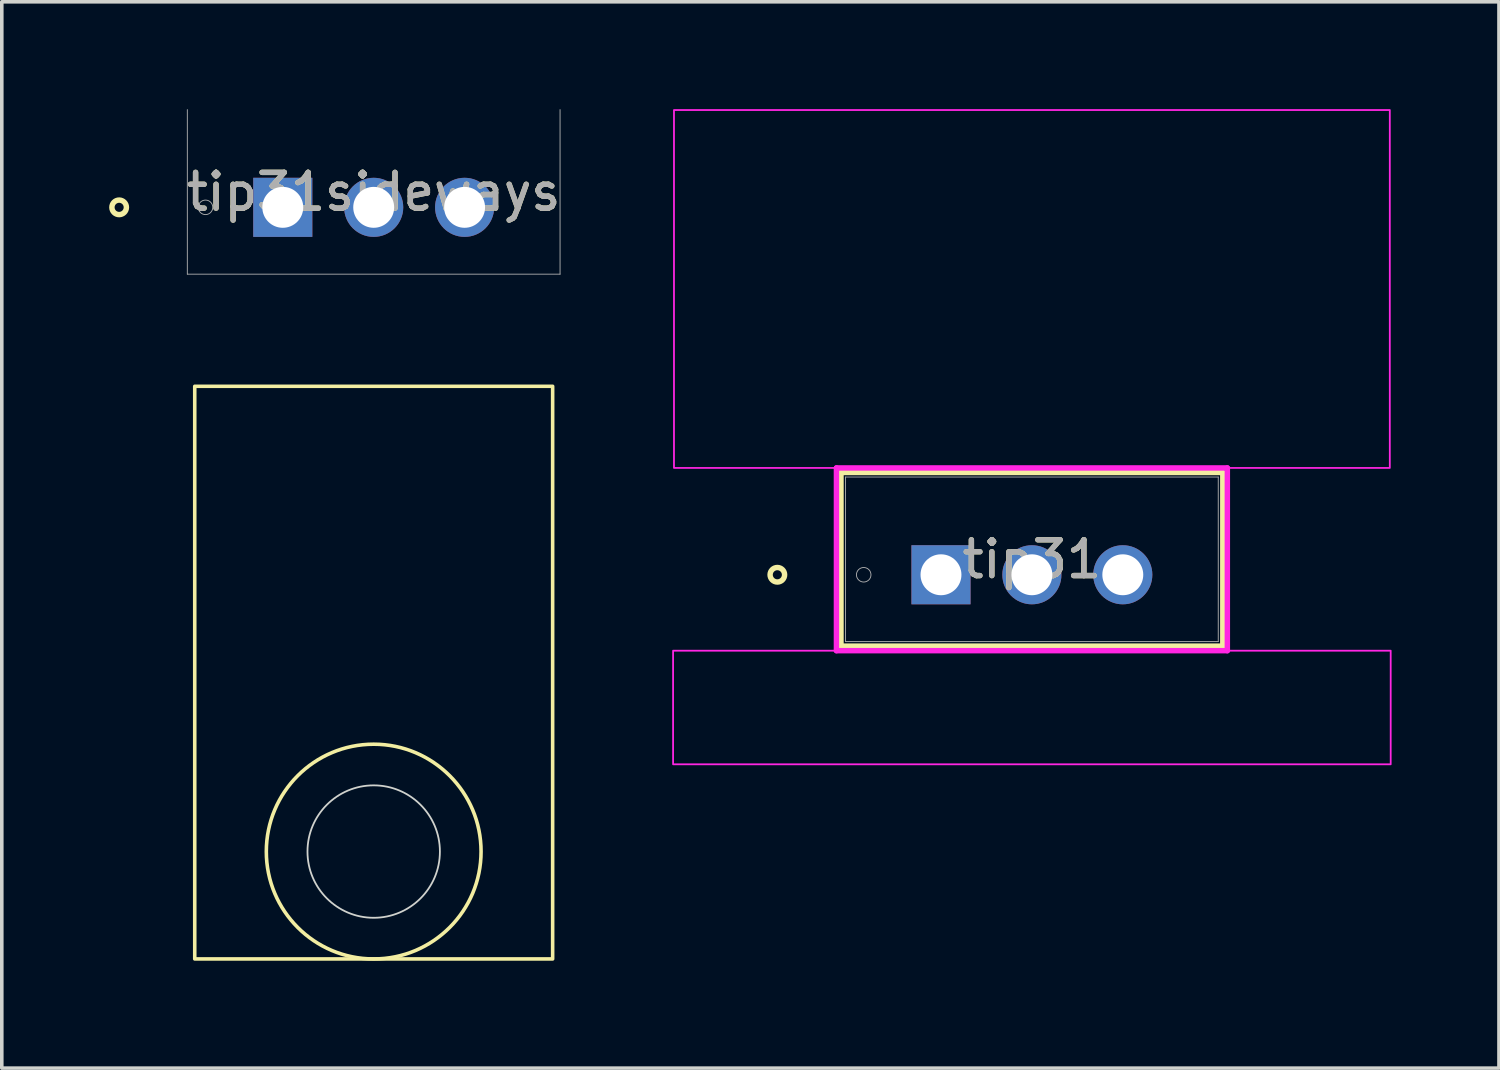
<source format=kicad_pcb>
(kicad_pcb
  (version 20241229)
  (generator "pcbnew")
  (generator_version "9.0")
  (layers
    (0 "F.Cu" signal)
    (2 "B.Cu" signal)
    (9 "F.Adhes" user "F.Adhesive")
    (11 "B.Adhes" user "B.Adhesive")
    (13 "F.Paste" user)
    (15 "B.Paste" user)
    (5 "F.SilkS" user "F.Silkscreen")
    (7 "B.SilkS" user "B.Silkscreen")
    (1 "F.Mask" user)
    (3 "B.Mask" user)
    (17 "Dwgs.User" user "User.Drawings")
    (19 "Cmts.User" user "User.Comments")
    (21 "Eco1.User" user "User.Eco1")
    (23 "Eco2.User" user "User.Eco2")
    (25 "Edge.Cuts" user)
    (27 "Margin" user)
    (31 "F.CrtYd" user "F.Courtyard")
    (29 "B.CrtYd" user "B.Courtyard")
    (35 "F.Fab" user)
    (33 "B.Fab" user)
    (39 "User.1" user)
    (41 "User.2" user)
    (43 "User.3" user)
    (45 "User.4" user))
  (footprint "tip31"
    (layer "F.Cu")
    (at 25.781 13.009)
    (property "Reference" "tip31" (at 0 -0.432 0) (unlocked yes) (layer "F.SilkS") (effects (font (size 1 1) (thickness 0.15))))
    (attr through_hole)
    (fp_line (start -5.334 -2.857) (end -5.334 1.994) (stroke (width 0.152) (type solid)) (layer "F.SilkS"))
    (fp_line (start -5.334 1.994) (end 5.334 1.994) (stroke (width 0.152) (type solid)) (layer "F.SilkS"))
    (fp_line (start 5.334 -2.857) (end -5.334 -2.857) (stroke (width 0.152) (type solid)) (layer "F.SilkS"))
    (fp_line (start 5.334 1.994) (end 5.334 -2.857) (stroke (width 0.152) (type solid)) (layer "F.SilkS"))
    (fp_circle (center -7.112 0) (end -6.909 0) (stroke (width 0.152) (type solid)) (fill no) (layer "F.SilkS"))
    (fp_line (start -5.461 -2.985) (end 5.461 -2.985) (stroke (width 0.152) (type solid)) (layer "F.CrtYd"))
    (fp_line (start -5.461 2.121) (end -5.461 -2.985) (stroke (width 0.152) (type solid)) (layer "F.CrtYd"))
    (fp_line (start 5.461 -2.985) (end 5.461 2.121) (stroke (width 0.152) (type solid)) (layer "F.CrtYd"))
    (fp_line (start 5.461 2.121) (end -5.461 2.121) (stroke (width 0.152) (type solid)) (layer "F.CrtYd"))
    (fp_rect (start -10.025 2.121) (end 10.025 5.296) (stroke (width 0.05) (type default)) (fill no) (layer "F.CrtYd"))
    (fp_rect (start -10 -12.985) (end 10 -2.985) (stroke (width 0.05) (type default)) (fill no) (layer "F.CrtYd"))
    (fp_line (start -5.207 -2.731) (end -5.207 1.867) (stroke (width 0.025) (type solid)) (layer "F.Fab"))
    (fp_line (start -5.207 1.867) (end 5.207 1.867) (stroke (width 0.025) (type solid)) (layer "F.Fab"))
    (fp_line (start -2.794 0) (end -2.286 0) (stroke (width 0.152) (type solid)) (layer "F.Fab"))
    (fp_line (start -2.54 0.254) (end -2.54 -0.254) (stroke (width 0.152) (type solid)) (layer "F.Fab"))
    (fp_line (start 5.207 -2.731) (end -5.207 -2.731) (stroke (width 0.025) (type solid)) (layer "F.Fab"))
    (fp_line (start 5.207 1.867) (end 5.207 -2.731) (stroke (width 0.025) (type solid)) (layer "F.Fab"))
    (fp_circle (center -4.699 0) (end -4.496 0) (stroke (width 0.025) (type solid)) (fill no) (layer "F.Fab"))
    (fp_text user "${REFERENCE}" (at 0 -0.432 0) (unlocked yes) (layer "F.Fab") (effects (font (size 1 1) (thickness 0.15))))
    (pad "1" thru_hole rect (at -2.54 0) (size 1.651 1.651) (drill 1.143) (layers "*.Cu" "*.Mask"))
    (pad "2" thru_hole circle (at 0 0) (size 1.651 1.651) (drill 1.143) (layers "*.Cu" "*.Mask"))
    (pad "3" thru_hole circle (at 2.54 0) (size 1.651 1.651) (drill 1.143) (layers "*.Cu" "*.Mask")))
  (footprint "tip31sideways"
    (layer "F.Cu")
    (at 7.391 2.743)
    (property "Reference" "tip31sideways" (at 0 -0.432 0) (unlocked yes) (layer "F.SilkS") (effects (font (size 1 1) (thickness 0.15))))
    (attr through_hole)
    (fp_rect (start -5 5) (end 5 21) (stroke (width 0.1) (type default)) (fill no) (layer "F.SilkS"))
    (fp_circle (center -7.112 0) (end -6.909 0) (stroke (width 0.152) (type solid)) (fill no) (layer "F.SilkS"))
    (fp_circle (center 0 18) (end 3 18) (stroke (width 0.1) (type default)) (fill no) (layer "F.SilkS"))
    (fp_circle (center 0 18) (end 1.85 18) (stroke (width 0.05) (type default)) (fill no) (layer "Edge.Cuts"))
    (fp_line (start 5 5) (end -5 5) (stroke (width 0.1) (type default)) (layer "Margin"))
    (fp_line (start -5.207 -2.731) (end -5.207 1.867) (stroke (width 0.025) (type solid)) (layer "F.Fab"))
    (fp_line (start -5.207 1.867) (end 5.207 1.867) (stroke (width 0.025) (type solid)) (layer "F.Fab"))
    (fp_line (start -2.794 0) (end -2.286 0) (stroke (width 0.152) (type solid)) (layer "F.Fab"))
    (fp_line (start -2.54 0.254) (end -2.54 -0.254) (stroke (width 0.152) (type solid)) (layer "F.Fab"))
    (fp_line (start 5.207 1.867) (end 5.207 -2.731) (stroke (width 0.025) (type solid)) (layer "F.Fab"))
    (fp_circle (center -4.699 0) (end -4.496 0) (stroke (width 0.025) (type solid)) (fill no) (layer "F.Fab"))
    (fp_text user "${REFERENCE}" (at 0 -0.432 0) (unlocked yes) (layer "F.Fab") (effects (font (size 1 1) (thickness 0.15))))
    (pad "1" thru_hole rect (at -2.54 0) (size 1.651 1.651) (drill 1.143) (layers "*.Cu" "*.Mask"))
    (pad "2" thru_hole circle (at 0 0) (size 1.651 1.651) (drill 1.143) (layers "*.Cu" "*.Mask"))
    (pad "3" thru_hole circle (at 2.54 0) (size 1.651 1.651) (drill 1.143) (layers "*.Cu" "*.Mask")))
  (gr_rect
    (start -3 -3)
    (end 38.831 26.793)
    (stroke (width 0.1) (type default))
    (fill no)
    (layer "Edge.Cuts")))
</source>
